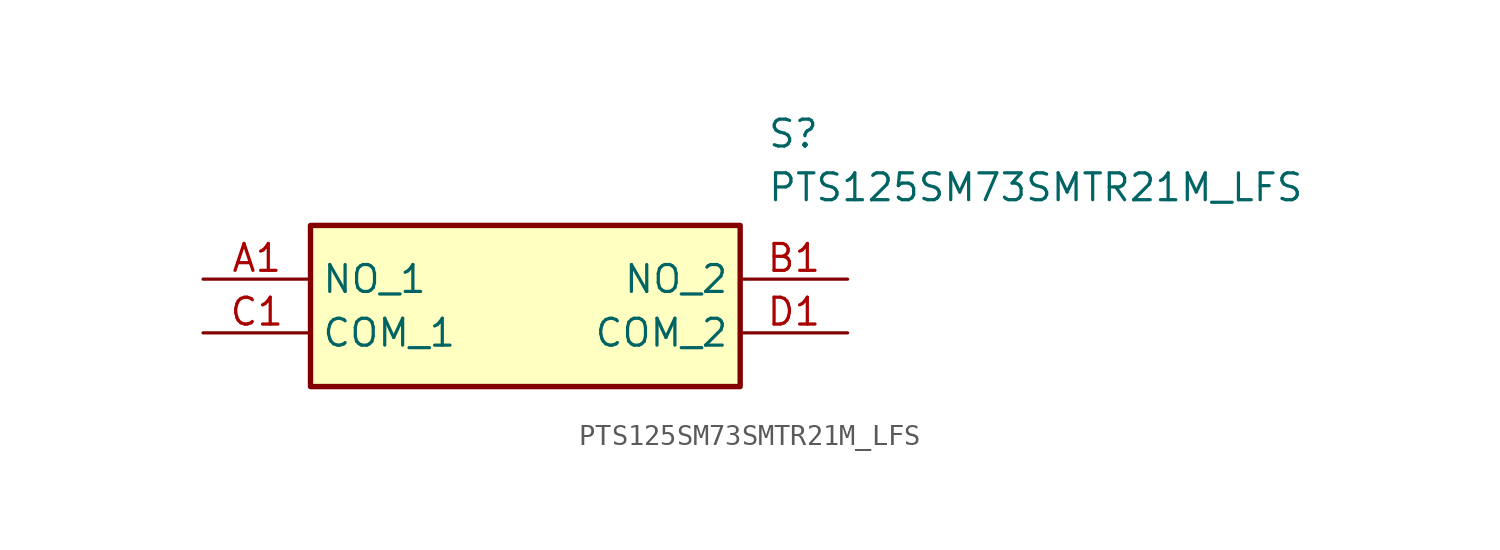
<source format=kicad_sym>
(kicad_symbol_lib
  (version 20211014)
  (generator SamacSys_ECAD_Model)
  (symbol "PTS125SM73SMTR21M_LFS"
    (property "Reference" "S"
      (at 26.67 7.62 0)
      (effects (font (size 1.27 1.27)) (justify left top)))
    (property "Value" "PTS125SM73SMTR21M_LFS"
      (at 26.67 5.08 0)
      (effects (font (size 1.27 1.27)) (justify left top)))
    (rectangle
      (start 5.08 2.54)
      (end 25.4 -5.08)
      (stroke (width 0.254) (type default))
      (fill (type background)))
    (pin passive line
      (at 0 0 0)
      (length 5.08)
      (name "NO_1" (effects (font (size 1.27 1.27))))
      (number "A1" (effects (font (size 1.27 1.27)))))
    (pin passive line
      (at 30.48 0 180)
      (length 5.08)
      (name "NO_2" (effects (font (size 1.27 1.27))))
      (number "B1" (effects (font (size 1.27 1.27)))))
    (pin passive line
      (at 0 -2.54 0)
      (length 5.08)
      (name "COM_1" (effects (font (size 1.27 1.27))))
      (number "C1" (effects (font (size 1.27 1.27)))))
    (pin passive line
      (at 30.48 -2.54 180)
      (length 5.08)
      (name "COM_2" (effects (font (size 1.27 1.27))))
      (number "D1" (effects (font (size 1.27 1.27)))))))
</source>
